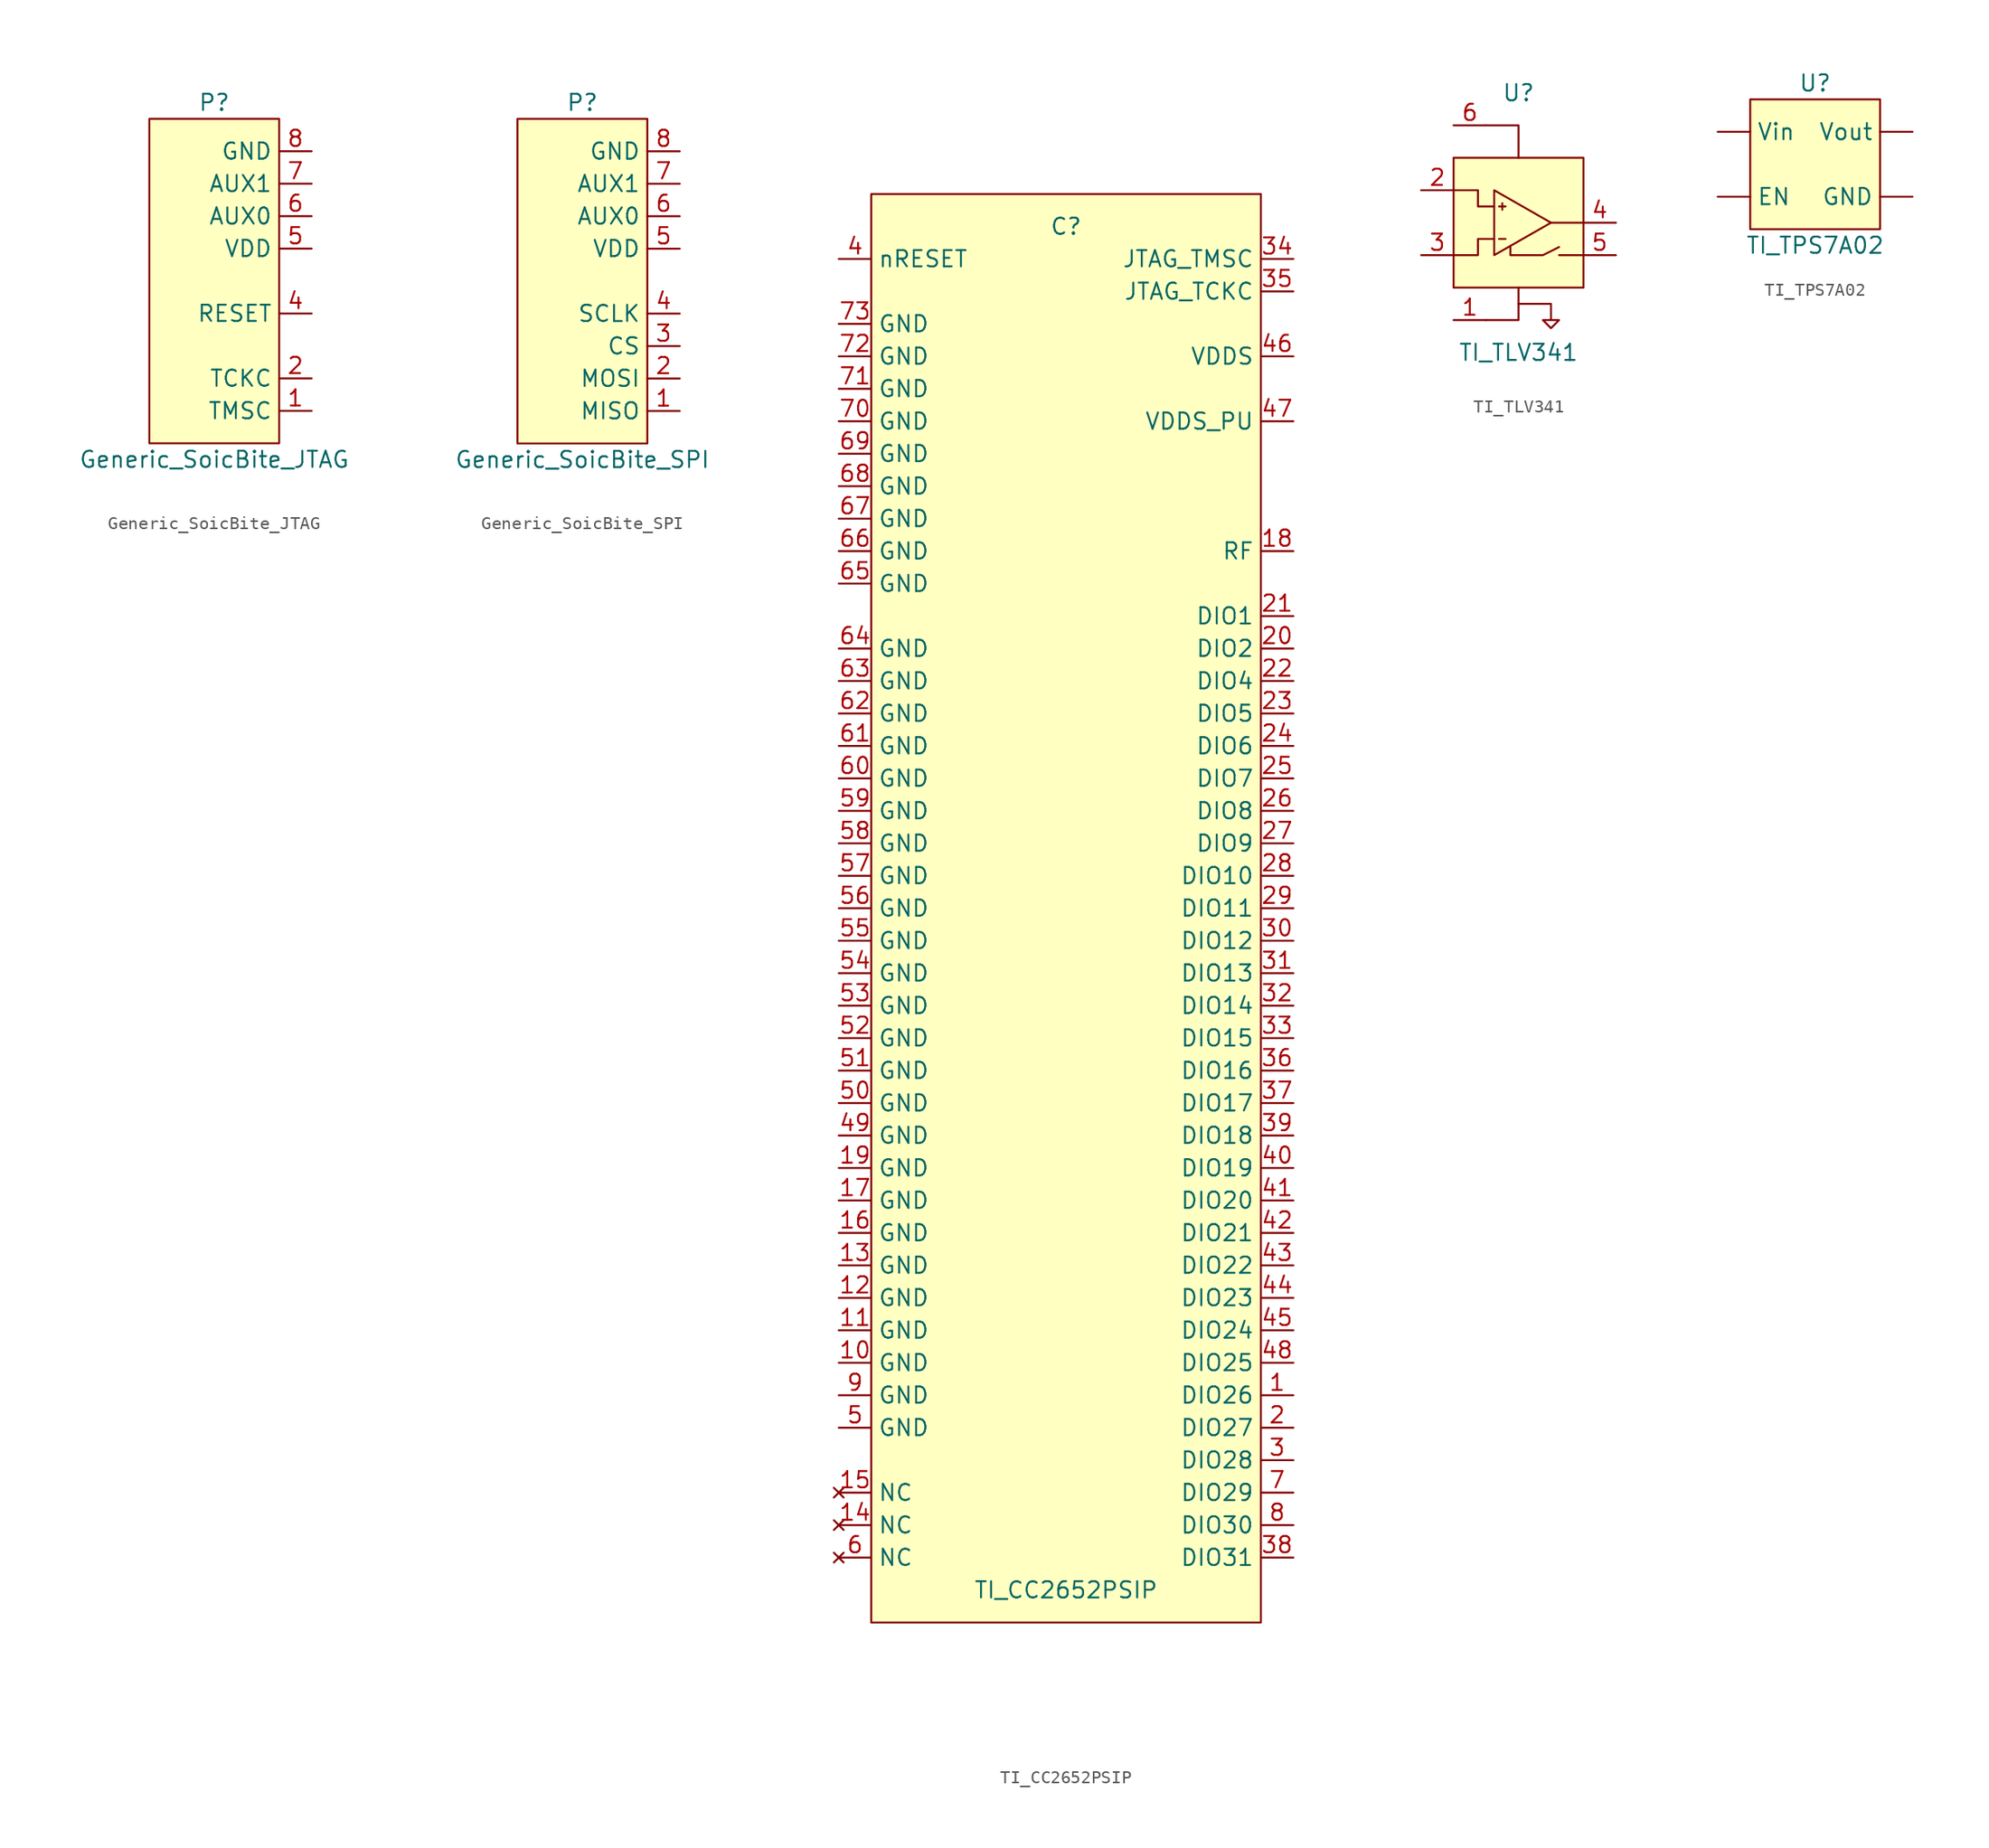
<source format=kicad_sym>
(kicad_symbol_lib
  (version 20211014)
  (generator kicad_symbol_editor)
  (symbol "Generic_SoicBite_JTAG"
    (property "Reference" "P"
      (at 0 13.97 0)
      (effects (font (size 1.27 1.27))))
    (property "Value" "Generic_SoicBite_JTAG"
      (at 0 -13.97 0)
      (effects (font (size 1.27 1.27))))
    (symbol "Generic_SoicBite_JTAG_0_1"
      (rectangle (start -5.08 12.7) (end 5.08 -12.7) (stroke (width 0) (type default) (color 0 0 0 0)) (fill (type background))))
    (symbol "Generic_SoicBite_JTAG_1_1"
      (pin tri_state line (at 7.62 -10.16 180) (length 2.54) (name "TMSC" (effects (font (size 1.27 1.27)))) (number "1" (effects (font (size 1.27 1.27)))))
      (pin tri_state line (at 7.62 -7.62 180) (length 2.54) (name "TCKC" (effects (font (size 1.27 1.27)))) (number "2" (effects (font (size 1.27 1.27)))))
      (pin no_connect line (at 7.62 -5.08 180) (length 2.54) hide (name "CS" (effects (font (size 1.27 1.27)))) (number "3" (effects (font (size 1.27 1.27)))))
      (pin tri_state line (at 7.62 -2.54 180) (length 2.54) (name "RESET" (effects (font (size 1.27 1.27)))) (number "4" (effects (font (size 1.27 1.27)))))
      (pin power_in line (at 7.62 2.54 180) (length 2.54) (name "VDD" (effects (font (size 1.27 1.27)))) (number "5" (effects (font (size 1.27 1.27)))))
      (pin tri_state line (at 7.62 5.08 180) (length 2.54) (name "AUX0" (effects (font (size 1.27 1.27)))) (number "6" (effects (font (size 1.27 1.27)))))
      (pin tri_state line (at 7.62 7.62 180) (length 2.54) (name "AUX1" (effects (font (size 1.27 1.27)))) (number "7" (effects (font (size 1.27 1.27)))))
      (pin passive line (at 7.62 10.16 180) (length 2.54) (name "GND" (effects (font (size 1.27 1.27)))) (number "8" (effects (font (size 1.27 1.27)))))))
  (symbol "Generic_SoicBite_SPI"
    (property "Reference" "P"
      (at 0 13.97 0)
      (effects (font (size 1.27 1.27))))
    (property "Value" "Generic_SoicBite_SPI"
      (at 0 -13.97 0)
      (effects (font (size 1.27 1.27))))
    (symbol "Generic_SoicBite_SPI_0_1"
      (rectangle (start -5.08 12.7) (end 5.08 -12.7) (stroke (width 0) (type default) (color 0 0 0 0)) (fill (type background))))
    (symbol "Generic_SoicBite_SPI_1_1"
      (pin tri_state line (at 7.62 -10.16 180) (length 2.54) (name "MISO" (effects (font (size 1.27 1.27)))) (number "1" (effects (font (size 1.27 1.27)))))
      (pin tri_state line (at 7.62 -7.62 180) (length 2.54) (name "MOSI" (effects (font (size 1.27 1.27)))) (number "2" (effects (font (size 1.27 1.27)))))
      (pin tri_state line (at 7.62 -5.08 180) (length 2.54) (name "CS" (effects (font (size 1.27 1.27)))) (number "3" (effects (font (size 1.27 1.27)))))
      (pin tri_state line (at 7.62 -2.54 180) (length 2.54) (name "SCLK" (effects (font (size 1.27 1.27)))) (number "4" (effects (font (size 1.27 1.27)))))
      (pin power_in line (at 7.62 2.54 180) (length 2.54) (name "VDD" (effects (font (size 1.27 1.27)))) (number "5" (effects (font (size 1.27 1.27)))))
      (pin tri_state line (at 7.62 5.08 180) (length 2.54) (name "AUX0" (effects (font (size 1.27 1.27)))) (number "6" (effects (font (size 1.27 1.27)))))
      (pin tri_state line (at 7.62 7.62 180) (length 2.54) (name "AUX1" (effects (font (size 1.27 1.27)))) (number "7" (effects (font (size 1.27 1.27)))))
      (pin passive line (at 7.62 10.16 180) (length 2.54) (name "GND" (effects (font (size 1.27 1.27)))) (number "8" (effects (font (size 1.27 1.27)))))))
  (symbol "TI_CC2652PSIP"
    (property "Reference" "C"
      (at 0 53.34 0)
      (effects (font (size 1.27 1.27))))
    (property "Value" "TI_CC2652PSIP"
      (at 0 -53.34 0)
      (effects (font (size 1.27 1.27))))
    (symbol "TI_CC2652PSIP_0_1"
      (rectangle (start -15.24 55.88) (end 15.24 -55.88) (stroke (width 0) (type default) (color 0 0 0 0)) (fill (type background))))
    (symbol "TI_CC2652PSIP_1_1"
      (pin bidirectional line (at 17.78 -38.1 180) (length 2.54) (name "DIO26" (effects (font (size 1.27 1.27)))) (number "1" (effects (font (size 1.27 1.27)))))
      (pin passive line (at -17.78 -35.56 0) (length 2.54) (name "GND" (effects (font (size 1.27 1.27)))) (number "10" (effects (font (size 1.27 1.27)))))
      (pin passive line (at -17.78 -33.02 0) (length 2.54) (name "GND" (effects (font (size 1.27 1.27)))) (number "11" (effects (font (size 1.27 1.27)))))
      (pin passive line (at -17.78 -30.48 0) (length 2.54) (name "GND" (effects (font (size 1.27 1.27)))) (number "12" (effects (font (size 1.27 1.27)))))
      (pin passive line (at -17.78 -27.94 0) (length 2.54) (name "GND" (effects (font (size 1.27 1.27)))) (number "13" (effects (font (size 1.27 1.27)))))
      (pin no_connect line (at -17.78 -48.26 0) (length 2.54) (name "NC" (effects (font (size 1.27 1.27)))) (number "14" (effects (font (size 1.27 1.27)))))
      (pin no_connect line (at -17.78 -45.72 0) (length 2.54) (name "NC" (effects (font (size 1.27 1.27)))) (number "15" (effects (font (size 1.27 1.27)))))
      (pin passive line (at -17.78 -25.4 0) (length 2.54) (name "GND" (effects (font (size 1.27 1.27)))) (number "16" (effects (font (size 1.27 1.27)))))
      (pin passive line (at -17.78 -22.86 0) (length 2.54) (name "GND" (effects (font (size 1.27 1.27)))) (number "17" (effects (font (size 1.27 1.27)))))
      (pin bidirectional line (at 17.78 27.94 180) (length 2.54) (name "RF" (effects (font (size 1.27 1.27)))) (number "18" (effects (font (size 1.27 1.27)))))
      (pin passive line (at -17.78 -20.32 0) (length 2.54) (name "GND" (effects (font (size 1.27 1.27)))) (number "19" (effects (font (size 1.27 1.27)))))
      (pin bidirectional line (at 17.78 -40.64 180) (length 2.54) (name "DIO27" (effects (font (size 1.27 1.27)))) (number "2" (effects (font (size 1.27 1.27)))))
      (pin bidirectional line (at 17.78 20.32 180) (length 2.54) (name "DIO2" (effects (font (size 1.27 1.27)))) (number "20" (effects (font (size 1.27 1.27)))))
      (pin bidirectional line (at 17.78 22.86 180) (length 2.54) (name "DIO1" (effects (font (size 1.27 1.27)))) (number "21" (effects (font (size 1.27 1.27)))))
      (pin bidirectional line (at 17.78 17.78 180) (length 2.54) (name "DIO4" (effects (font (size 1.27 1.27)))) (number "22" (effects (font (size 1.27 1.27)))))
      (pin bidirectional line (at 17.78 15.24 180) (length 2.54) (name "DIO5" (effects (font (size 1.27 1.27)))) (number "23" (effects (font (size 1.27 1.27)))))
      (pin bidirectional line (at 17.78 12.7 180) (length 2.54) (name "DIO6" (effects (font (size 1.27 1.27)))) (number "24" (effects (font (size 1.27 1.27)))))
      (pin bidirectional line (at 17.78 10.16 180) (length 2.54) (name "DIO7" (effects (font (size 1.27 1.27)))) (number "25" (effects (font (size 1.27 1.27)))))
      (pin bidirectional line (at 17.78 7.62 180) (length 2.54) (name "DIO8" (effects (font (size 1.27 1.27)))) (number "26" (effects (font (size 1.27 1.27)))))
      (pin bidirectional line (at 17.78 5.08 180) (length 2.54) (name "DIO9" (effects (font (size 1.27 1.27)))) (number "27" (effects (font (size 1.27 1.27)))))
      (pin bidirectional line (at 17.78 2.54 180) (length 2.54) (name "DIO10" (effects (font (size 1.27 1.27)))) (number "28" (effects (font (size 1.27 1.27)))))
      (pin bidirectional line (at 17.78 0 180) (length 2.54) (name "DIO11" (effects (font (size 1.27 1.27)))) (number "29" (effects (font (size 1.27 1.27)))))
      (pin bidirectional line (at 17.78 -43.18 180) (length 2.54) (name "DIO28" (effects (font (size 1.27 1.27)))) (number "3" (effects (font (size 1.27 1.27)))))
      (pin bidirectional line (at 17.78 -2.54 180) (length 2.54) (name "DIO12" (effects (font (size 1.27 1.27)))) (number "30" (effects (font (size 1.27 1.27)))))
      (pin bidirectional line (at 17.78 -5.08 180) (length 2.54) (name "DIO13" (effects (font (size 1.27 1.27)))) (number "31" (effects (font (size 1.27 1.27)))))
      (pin bidirectional line (at 17.78 -7.62 180) (length 2.54) (name "DIO14" (effects (font (size 1.27 1.27)))) (number "32" (effects (font (size 1.27 1.27)))))
      (pin bidirectional line (at 17.78 -10.16 180) (length 2.54) (name "DIO15" (effects (font (size 1.27 1.27)))) (number "33" (effects (font (size 1.27 1.27)))))
      (pin input line (at 17.78 50.8 180) (length 2.54) (name "JTAG_TMSC" (effects (font (size 1.27 1.27)))) (number "34" (effects (font (size 1.27 1.27)))))
      (pin input line (at 17.78 48.26 180) (length 2.54) (name "JTAG_TCKC" (effects (font (size 1.27 1.27)))) (number "35" (effects (font (size 1.27 1.27)))))
      (pin bidirectional line (at 17.78 -12.7 180) (length 2.54) (name "DIO16" (effects (font (size 1.27 1.27)))) (number "36" (effects (font (size 1.27 1.27)))))
      (pin bidirectional line (at 17.78 -15.24 180) (length 2.54) (name "DIO17" (effects (font (size 1.27 1.27)))) (number "37" (effects (font (size 1.27 1.27)))))
      (pin bidirectional line (at 17.78 -50.8 180) (length 2.54) (name "DIO31" (effects (font (size 1.27 1.27)))) (number "38" (effects (font (size 1.27 1.27)))))
      (pin bidirectional line (at 17.78 -17.78 180) (length 2.54) (name "DIO18" (effects (font (size 1.27 1.27)))) (number "39" (effects (font (size 1.27 1.27)))))
      (pin input line (at -17.78 50.8 0) (length 2.54) (name "nRESET" (effects (font (size 1.27 1.27)))) (number "4" (effects (font (size 1.27 1.27)))))
      (pin bidirectional line (at 17.78 -20.32 180) (length 2.54) (name "DIO19" (effects (font (size 1.27 1.27)))) (number "40" (effects (font (size 1.27 1.27)))))
      (pin bidirectional line (at 17.78 -22.86 180) (length 2.54) (name "DIO20" (effects (font (size 1.27 1.27)))) (number "41" (effects (font (size 1.27 1.27)))))
      (pin bidirectional line (at 17.78 -25.4 180) (length 2.54) (name "DIO21" (effects (font (size 1.27 1.27)))) (number "42" (effects (font (size 1.27 1.27)))))
      (pin bidirectional line (at 17.78 -27.94 180) (length 2.54) (name "DIO22" (effects (font (size 1.27 1.27)))) (number "43" (effects (font (size 1.27 1.27)))))
      (pin bidirectional line (at 17.78 -30.48 180) (length 2.54) (name "DIO23" (effects (font (size 1.27 1.27)))) (number "44" (effects (font (size 1.27 1.27)))))
      (pin bidirectional line (at 17.78 -33.02 180) (length 2.54) (name "DIO24" (effects (font (size 1.27 1.27)))) (number "45" (effects (font (size 1.27 1.27)))))
      (pin power_in line (at 17.78 43.18 180) (length 2.54) (name "VDDS" (effects (font (size 1.27 1.27)))) (number "46" (effects (font (size 1.27 1.27)))))
      (pin power_in line (at 17.78 38.1 180) (length 2.54) (name "VDDS_PU" (effects (font (size 1.27 1.27)))) (number "47" (effects (font (size 1.27 1.27)))))
      (pin bidirectional line (at 17.78 -35.56 180) (length 2.54) (name "DIO25" (effects (font (size 1.27 1.27)))) (number "48" (effects (font (size 1.27 1.27)))))
      (pin passive line (at -17.78 -17.78 0) (length 2.54) (name "GND" (effects (font (size 1.27 1.27)))) (number "49" (effects (font (size 1.27 1.27)))))
      (pin passive line (at -17.78 -40.64 0) (length 2.54) (name "GND" (effects (font (size 1.27 1.27)))) (number "5" (effects (font (size 1.27 1.27)))))
      (pin passive line (at -17.78 -15.24 0) (length 2.54) (name "GND" (effects (font (size 1.27 1.27)))) (number "50" (effects (font (size 1.27 1.27)))))
      (pin passive line (at -17.78 -12.7 0) (length 2.54) (name "GND" (effects (font (size 1.27 1.27)))) (number "51" (effects (font (size 1.27 1.27)))))
      (pin passive line (at -17.78 -10.16 0) (length 2.54) (name "GND" (effects (font (size 1.27 1.27)))) (number "52" (effects (font (size 1.27 1.27)))))
      (pin passive line (at -17.78 -7.62 0) (length 2.54) (name "GND" (effects (font (size 1.27 1.27)))) (number "53" (effects (font (size 1.27 1.27)))))
      (pin passive line (at -17.78 -5.08 0) (length 2.54) (name "GND" (effects (font (size 1.27 1.27)))) (number "54" (effects (font (size 1.27 1.27)))))
      (pin passive line (at -17.78 -2.54 0) (length 2.54) (name "GND" (effects (font (size 1.27 1.27)))) (number "55" (effects (font (size 1.27 1.27)))))
      (pin passive line (at -17.78 0 0) (length 2.54) (name "GND" (effects (font (size 1.27 1.27)))) (number "56" (effects (font (size 1.27 1.27)))))
      (pin passive line (at -17.78 2.54 0) (length 2.54) (name "GND" (effects (font (size 1.27 1.27)))) (number "57" (effects (font (size 1.27 1.27)))))
      (pin passive line (at -17.78 5.08 0) (length 2.54) (name "GND" (effects (font (size 1.27 1.27)))) (number "58" (effects (font (size 1.27 1.27)))))
      (pin passive line (at -17.78 7.62 0) (length 2.54) (name "GND" (effects (font (size 1.27 1.27)))) (number "59" (effects (font (size 1.27 1.27)))))
      (pin no_connect line (at -17.78 -50.8 0) (length 2.54) (name "NC" (effects (font (size 1.27 1.27)))) (number "6" (effects (font (size 1.27 1.27)))))
      (pin passive line (at -17.78 10.16 0) (length 2.54) (name "GND" (effects (font (size 1.27 1.27)))) (number "60" (effects (font (size 1.27 1.27)))))
      (pin passive line (at -17.78 12.7 0) (length 2.54) (name "GND" (effects (font (size 1.27 1.27)))) (number "61" (effects (font (size 1.27 1.27)))))
      (pin passive line (at -17.78 15.24 0) (length 2.54) (name "GND" (effects (font (size 1.27 1.27)))) (number "62" (effects (font (size 1.27 1.27)))))
      (pin passive line (at -17.78 17.78 0) (length 2.54) (name "GND" (effects (font (size 1.27 1.27)))) (number "63" (effects (font (size 1.27 1.27)))))
      (pin passive line (at -17.78 20.32 0) (length 2.54) (name "GND" (effects (font (size 1.27 1.27)))) (number "64" (effects (font (size 1.27 1.27)))))
      (pin passive line (at -17.78 25.4 0) (length 2.54) (name "GND" (effects (font (size 1.27 1.27)))) (number "65" (effects (font (size 1.27 1.27)))))
      (pin passive line (at -17.78 27.94 0) (length 2.54) (name "GND" (effects (font (size 1.27 1.27)))) (number "66" (effects (font (size 1.27 1.27)))))
      (pin passive line (at -17.78 30.48 0) (length 2.54) (name "GND" (effects (font (size 1.27 1.27)))) (number "67" (effects (font (size 1.27 1.27)))))
      (pin passive line (at -17.78 33.02 0) (length 2.54) (name "GND" (effects (font (size 1.27 1.27)))) (number "68" (effects (font (size 1.27 1.27)))))
      (pin passive line (at -17.78 35.56 0) (length 2.54) (name "GND" (effects (font (size 1.27 1.27)))) (number "69" (effects (font (size 1.27 1.27)))))
      (pin bidirectional line (at 17.78 -45.72 180) (length 2.54) (name "DIO29" (effects (font (size 1.27 1.27)))) (number "7" (effects (font (size 1.27 1.27)))))
      (pin passive line (at -17.78 38.1 0) (length 2.54) (name "GND" (effects (font (size 1.27 1.27)))) (number "70" (effects (font (size 1.27 1.27)))))
      (pin passive line (at -17.78 40.64 0) (length 2.54) (name "GND" (effects (font (size 1.27 1.27)))) (number "71" (effects (font (size 1.27 1.27)))))
      (pin passive line (at -17.78 43.18 0) (length 2.54) (name "GND" (effects (font (size 1.27 1.27)))) (number "72" (effects (font (size 1.27 1.27)))))
      (pin passive line (at -17.78 45.72 0) (length 2.54) (name "GND" (effects (font (size 1.27 1.27)))) (number "73" (effects (font (size 1.27 1.27)))))
      (pin bidirectional line (at 17.78 -48.26 180) (length 2.54) (name "DIO30" (effects (font (size 1.27 1.27)))) (number "8" (effects (font (size 1.27 1.27)))))
      (pin passive line (at -17.78 -38.1 0) (length 2.54) (name "GND" (effects (font (size 1.27 1.27)))) (number "9" (effects (font (size 1.27 1.27)))))))
  (symbol "TI_TLV341"
    (property "Reference" "U"
      (at 0 10.16 0)
      (effects (font (size 1.27 1.27))))
    (property "Value" "TI_TLV341"
      (at 0 -10.16 0)
      (effects (font (size 1.27 1.27))))
    (symbol "TI_TLV341_0_1"
      (rectangle (start -5.08 5.08) (end 5.08 -5.08) (stroke (width 0) (type default) (color 0 0 0 0)) (fill (type background)))
      (polyline (pts (xy -1.524 -1.27) (xy -1.016 -1.27)) (stroke (width 0) (type default) (color 0 0 0 0)) (fill (type none)))
      (polyline (pts (xy -1.524 1.27) (xy -1.016 1.27)) (stroke (width 0) (type default) (color 0 0 0 0)) (fill (type none)))
      (polyline (pts (xy -1.27 1.016) (xy -1.27 1.524)) (stroke (width 0) (type default) (color 0 0 0 0)) (fill (type none)))
      (polyline (pts (xy 2.54 0) (xy 5.08 0)) (stroke (width 0) (type default) (color 0 0 0 0)) (fill (type none)))
      (polyline (pts (xy 3.175 -2.54) (xy 5.08 -2.54)) (stroke (width 0) (type default) (color 0 0 0 0)) (fill (type none)))
      (polyline (pts (xy -2.54 -7.62) (xy 0 -7.62) (xy 0 -5.08)) (stroke (width 0) (type default) (color 0 0 0 0)) (fill (type none)))
      (polyline (pts (xy -2.54 7.62) (xy 0 7.62) (xy 0 5.08)) (stroke (width 0) (type default) (color 0 0 0 0)) (fill (type none)))
      (polyline (pts (xy -5.08 -2.54) (xy -3.175 -2.54) (xy -3.175 -1.27) (xy -1.905 -1.27)) (stroke (width 0) (type default) (color 0 0 0 0)) (fill (type none)))
      (polyline (pts (xy -5.08 2.54) (xy -3.175 2.54) (xy -3.175 1.27) (xy -1.905 1.27)) (stroke (width 0) (type default) (color 0 0 0 0)) (fill (type none)))
      (polyline (pts (xy -1.905 2.54) (xy -1.905 -2.54) (xy 2.54 0) (xy -1.905 2.54)) (stroke (width 0) (type default) (color 0 0 0 0)) (fill (type none)))
      (polyline (pts (xy -0.635 -1.905) (xy -0.635 -2.54) (xy 1.905 -2.54) (xy 3.175 -1.905)) (stroke (width 0) (type default) (color 0 0 0 0)) (fill (type none)))
      (polyline (pts (xy 0 -6.35) (xy 2.54 -6.35) (xy 2.54 -7.62) (xy 1.905 -7.62) (xy 2.54 -8.255) (xy 3.175 -7.62) (xy 2.54 -7.62)) (stroke (width 0) (type default) (color 0 0 0 0)) (fill (type none))))
    (symbol "TI_TLV341_1_1"
      (pin bidirectional line (at -5.08 -7.62 0) (length 2.54) (name "" (effects (font (size 1.27 1.27)))) (number "1" (effects (font (size 1.27 1.27)))))
      (pin bidirectional line (at -7.62 2.54 0) (length 2.54) (name "" (effects (font (size 1.27 1.27)))) (number "2" (effects (font (size 1.27 1.27)))))
      (pin bidirectional line (at -7.62 -2.54 0) (length 2.54) (name "" (effects (font (size 1.27 1.27)))) (number "3" (effects (font (size 1.27 1.27)))))
      (pin bidirectional line (at 7.62 0 180) (length 2.54) (name "" (effects (font (size 1.27 1.27)))) (number "4" (effects (font (size 1.27 1.27)))))
      (pin bidirectional line (at 7.62 -2.54 180) (length 2.54) (name "" (effects (font (size 1.27 1.27)))) (number "5" (effects (font (size 1.27 1.27)))))
      (pin bidirectional line (at -5.08 7.62 0) (length 2.54) (name "" (effects (font (size 1.27 1.27)))) (number "6" (effects (font (size 1.27 1.27)))))))
  (symbol "TI_TPS7A02"
    (property "Reference" "U"
      (at 0 6.35 0)
      (effects (font (size 1.27 1.27))))
    (property "Value" "TI_TPS7A02"
      (at 0 -6.35 0)
      (effects (font (size 1.27 1.27))))
    (symbol "TI_TPS7A02_0_1"
      (rectangle (start -5.08 5.08) (end 5.08 -5.08) (stroke (width 0) (type default) (color 0 0 0 0)) (fill (type background))))
    (symbol "TI_TPS7A02_1_1"
      (pin input line (at -7.62 -2.54 0) (length 2.54) (name "EN" (effects (font (size 1.27 1.27)))) (number "" (effects (font (size 1.27 1.27)))))
      (pin passive line (at 7.62 -2.54 180) (length 2.54) (name "GND" (effects (font (size 1.27 1.27)))) (number "" (effects (font (size 1.27 1.27)))))
      (pin power_in line (at -7.62 2.54 0) (length 2.54) (name "Vin" (effects (font (size 1.27 1.27)))) (number "" (effects (font (size 1.27 1.27)))))
      (pin power_out line (at 7.62 2.54 180) (length 2.54) (name "Vout" (effects (font (size 1.27 1.27)))) (number "" (effects (font (size 1.27 1.27))))))))
</source>
